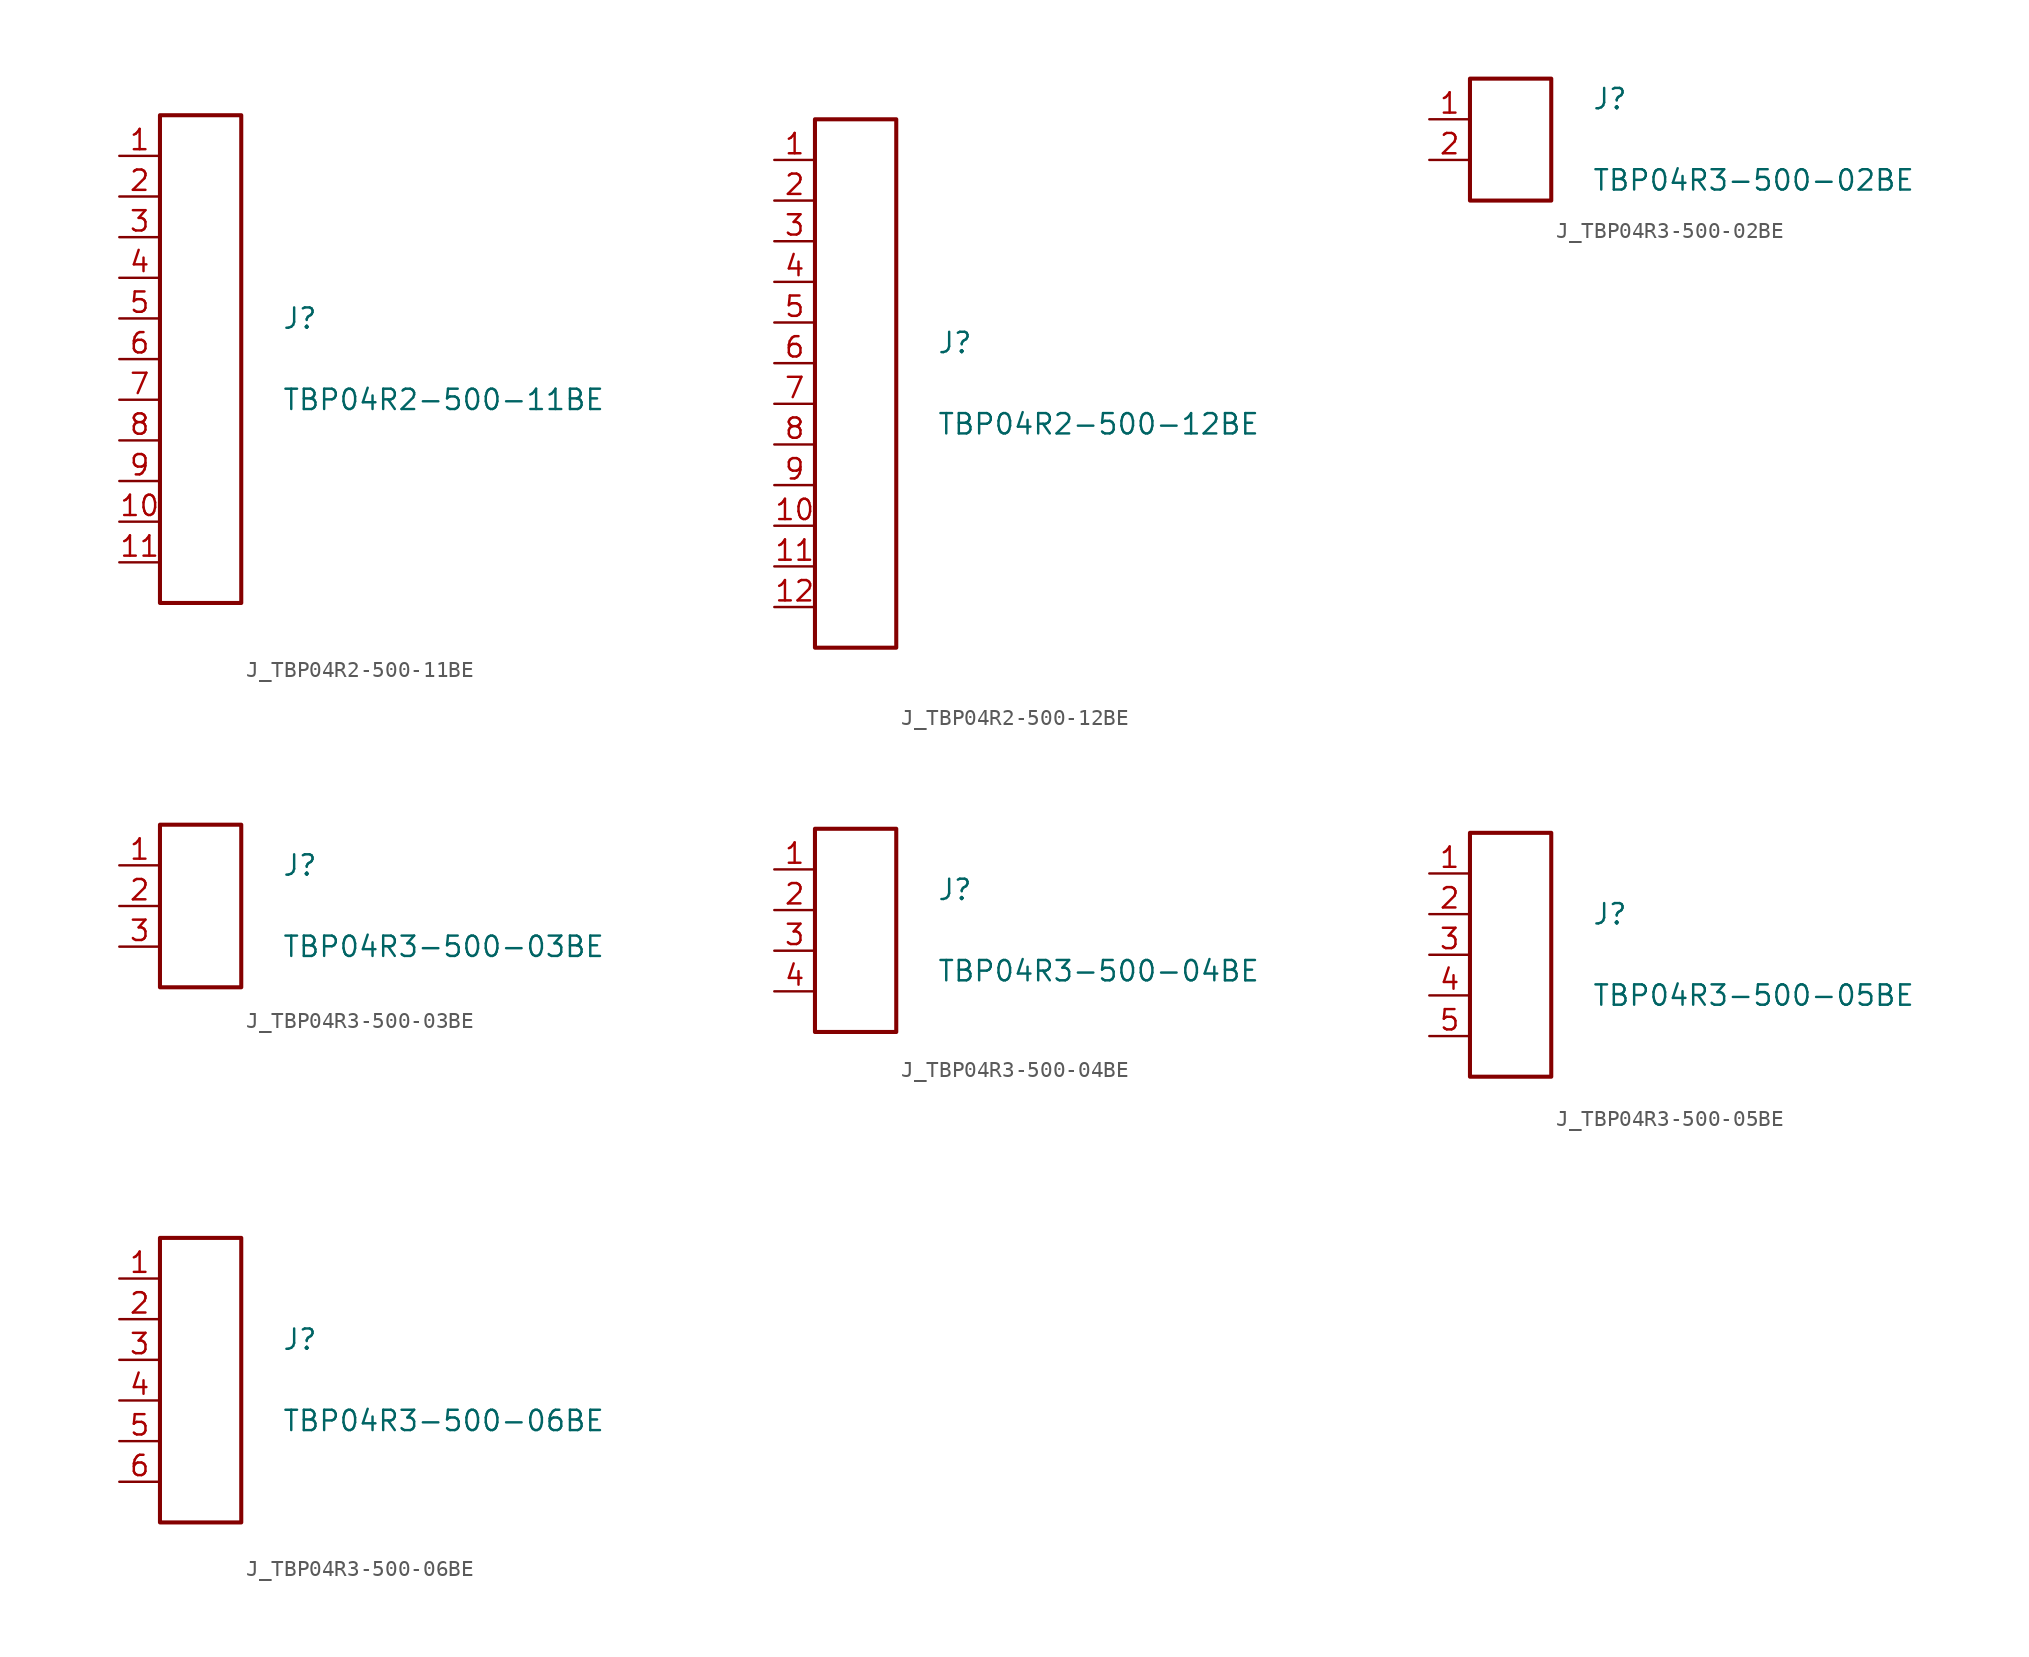
<source format=kicad_sym>
(kicad_symbol_lib
  (version 20231120)
  (generator kicad_symbol_editor)
  (generator_version 8.0)
  (symbol "J_TBP04R2-500-11BE"
    (pin_names
      (offset 0.254))
    (property "Reference" "J"
      (at 5.08 2.54 0)
      (effects (font (size 1.27 1.27)) (justify left)))
    (property "Value" "TBP04R2-500-11BE"
      (at 5.08 -2.54 0)
      (effects (font (size 1.27 1.27)) (justify left)))
    (symbol "J_TBP04R2-500-11BE_0_0"
      (pin unspecified line (at -5.08 12.7 0) (length 2.54) (name "" (effects (font (size 1.27 1.27)))) (number "1" (effects (font (size 1.27 1.27)))))
      (pin unspecified line (at -5.08 10.16 0) (length 2.54) (name "" (effects (font (size 1.27 1.27)))) (number "2" (effects (font (size 1.27 1.27)))))
      (pin unspecified line (at -5.08 7.62 0) (length 2.54) (name "" (effects (font (size 1.27 1.27)))) (number "3" (effects (font (size 1.27 1.27)))))
      (pin unspecified line (at -5.08 5.08 0) (length 2.54) (name "" (effects (font (size 1.27 1.27)))) (number "4" (effects (font (size 1.27 1.27)))))
      (pin unspecified line (at -5.08 2.54 0) (length 2.54) (name "" (effects (font (size 1.27 1.27)))) (number "5" (effects (font (size 1.27 1.27)))))
      (pin unspecified line (at -5.08 0.0 0) (length 2.54) (name "" (effects (font (size 1.27 1.27)))) (number "6" (effects (font (size 1.27 1.27)))))
      (pin unspecified line (at -5.08 -2.54 0) (length 2.54) (name "" (effects (font (size 1.27 1.27)))) (number "7" (effects (font (size 1.27 1.27)))))
      (pin unspecified line (at -5.08 -5.08 0) (length 2.54) (name "" (effects (font (size 1.27 1.27)))) (number "8" (effects (font (size 1.27 1.27)))))
      (pin unspecified line (at -5.08 -7.62 0) (length 2.54) (name "" (effects (font (size 1.27 1.27)))) (number "9" (effects (font (size 1.27 1.27)))))
      (pin unspecified line (at -5.08 -10.16 0) (length 2.54) (name "" (effects (font (size 1.27 1.27)))) (number "10" (effects (font (size 1.27 1.27)))))
      (pin unspecified line (at -5.08 -12.7 0) (length 2.54) (name "" (effects (font (size 1.27 1.27)))) (number "11" (effects (font (size 1.27 1.27))))))
    (symbol "J_TBP04R2-500-11BE_1_0"
      (rectangle (start -2.54 15.24) (end 2.54 -15.24) (stroke (width 0.254) (type solid)) (fill (type none)))))
  (symbol "J_TBP04R2-500-12BE"
    (pin_names
      (offset 0.254))
    (property "Reference" "J"
      (at 5.08 2.54 0)
      (effects (font (size 1.27 1.27)) (justify left)))
    (property "Value" "TBP04R2-500-12BE"
      (at 5.08 -2.54 0)
      (effects (font (size 1.27 1.27)) (justify left)))
    (symbol "J_TBP04R2-500-12BE_0_0"
      (pin unspecified line (at -5.08 13.97 0) (length 2.54) (name "" (effects (font (size 1.27 1.27)))) (number "1" (effects (font (size 1.27 1.27)))))
      (pin unspecified line (at -5.08 11.43 0) (length 2.54) (name "" (effects (font (size 1.27 1.27)))) (number "2" (effects (font (size 1.27 1.27)))))
      (pin unspecified line (at -5.08 8.89 0) (length 2.54) (name "" (effects (font (size 1.27 1.27)))) (number "3" (effects (font (size 1.27 1.27)))))
      (pin unspecified line (at -5.08 6.35 0) (length 2.54) (name "" (effects (font (size 1.27 1.27)))) (number "4" (effects (font (size 1.27 1.27)))))
      (pin unspecified line (at -5.08 3.81 0) (length 2.54) (name "" (effects (font (size 1.27 1.27)))) (number "5" (effects (font (size 1.27 1.27)))))
      (pin unspecified line (at -5.08 1.27 0) (length 2.54) (name "" (effects (font (size 1.27 1.27)))) (number "6" (effects (font (size 1.27 1.27)))))
      (pin unspecified line (at -5.08 -1.27 0) (length 2.54) (name "" (effects (font (size 1.27 1.27)))) (number "7" (effects (font (size 1.27 1.27)))))
      (pin unspecified line (at -5.08 -3.81 0) (length 2.54) (name "" (effects (font (size 1.27 1.27)))) (number "8" (effects (font (size 1.27 1.27)))))
      (pin unspecified line (at -5.08 -6.35 0) (length 2.54) (name "" (effects (font (size 1.27 1.27)))) (number "9" (effects (font (size 1.27 1.27)))))
      (pin unspecified line (at -5.08 -8.89 0) (length 2.54) (name "" (effects (font (size 1.27 1.27)))) (number "10" (effects (font (size 1.27 1.27)))))
      (pin unspecified line (at -5.08 -11.43 0) (length 2.54) (name "" (effects (font (size 1.27 1.27)))) (number "11" (effects (font (size 1.27 1.27)))))
      (pin unspecified line (at -5.08 -13.97 0) (length 2.54) (name "" (effects (font (size 1.27 1.27)))) (number "12" (effects (font (size 1.27 1.27))))))
    (symbol "J_TBP04R2-500-12BE_1_0"
      (rectangle (start -2.54 16.51) (end 2.54 -16.51) (stroke (width 0.254) (type solid)) (fill (type none)))))
  (symbol "J_TBP04R3-500-02BE"
    (pin_names
      (offset 0.254))
    (property "Reference" "J"
      (at 5.08 2.54 0)
      (effects (font (size 1.27 1.27)) (justify left)))
    (property "Value" "TBP04R3-500-02BE"
      (at 5.08 -2.54 0)
      (effects (font (size 1.27 1.27)) (justify left)))
    (symbol "J_TBP04R3-500-02BE_0_0"
      (pin unspecified line (at -5.08 1.27 0) (length 2.54) (name "" (effects (font (size 1.27 1.27)))) (number "1" (effects (font (size 1.27 1.27)))))
      (pin unspecified line (at -5.08 -1.27 0) (length 2.54) (name "" (effects (font (size 1.27 1.27)))) (number "2" (effects (font (size 1.27 1.27))))))
    (symbol "J_TBP04R3-500-02BE_1_0"
      (rectangle (start -2.54 3.81) (end 2.54 -3.81) (stroke (width 0.254) (type solid)) (fill (type none)))))
  (symbol "J_TBP04R3-500-03BE"
    (pin_names
      (offset 0.254))
    (property "Reference" "J"
      (at 5.08 2.54 0)
      (effects (font (size 1.27 1.27)) (justify left)))
    (property "Value" "TBP04R3-500-03BE"
      (at 5.08 -2.54 0)
      (effects (font (size 1.27 1.27)) (justify left)))
    (symbol "J_TBP04R3-500-03BE_0_0"
      (pin unspecified line (at -5.08 2.54 0) (length 2.54) (name "" (effects (font (size 1.27 1.27)))) (number "1" (effects (font (size 1.27 1.27)))))
      (pin unspecified line (at -5.08 0.0 0) (length 2.54) (name "" (effects (font (size 1.27 1.27)))) (number "2" (effects (font (size 1.27 1.27)))))
      (pin unspecified line (at -5.08 -2.54 0) (length 2.54) (name "" (effects (font (size 1.27 1.27)))) (number "3" (effects (font (size 1.27 1.27))))))
    (symbol "J_TBP04R3-500-03BE_1_0"
      (rectangle (start -2.54 5.08) (end 2.54 -5.08) (stroke (width 0.254) (type solid)) (fill (type none)))))
  (symbol "J_TBP04R3-500-04BE"
    (pin_names
      (offset 0.254))
    (property "Reference" "J"
      (at 5.08 2.54 0)
      (effects (font (size 1.27 1.27)) (justify left)))
    (property "Value" "TBP04R3-500-04BE"
      (at 5.08 -2.54 0)
      (effects (font (size 1.27 1.27)) (justify left)))
    (symbol "J_TBP04R3-500-04BE_0_0"
      (pin unspecified line (at -5.08 3.81 0) (length 2.54) (name "" (effects (font (size 1.27 1.27)))) (number "1" (effects (font (size 1.27 1.27)))))
      (pin unspecified line (at -5.08 1.27 0) (length 2.54) (name "" (effects (font (size 1.27 1.27)))) (number "2" (effects (font (size 1.27 1.27)))))
      (pin unspecified line (at -5.08 -1.27 0) (length 2.54) (name "" (effects (font (size 1.27 1.27)))) (number "3" (effects (font (size 1.27 1.27)))))
      (pin unspecified line (at -5.08 -3.81 0) (length 2.54) (name "" (effects (font (size 1.27 1.27)))) (number "4" (effects (font (size 1.27 1.27))))))
    (symbol "J_TBP04R3-500-04BE_1_0"
      (rectangle (start -2.54 6.35) (end 2.54 -6.35) (stroke (width 0.254) (type solid)) (fill (type none)))))
  (symbol "J_TBP04R3-500-05BE"
    (pin_names
      (offset 0.254))
    (property "Reference" "J"
      (at 5.08 2.54 0)
      (effects (font (size 1.27 1.27)) (justify left)))
    (property "Value" "TBP04R3-500-05BE"
      (at 5.08 -2.54 0)
      (effects (font (size 1.27 1.27)) (justify left)))
    (symbol "J_TBP04R3-500-05BE_0_0"
      (pin unspecified line (at -5.08 5.08 0) (length 2.54) (name "" (effects (font (size 1.27 1.27)))) (number "1" (effects (font (size 1.27 1.27)))))
      (pin unspecified line (at -5.08 2.54 0) (length 2.54) (name "" (effects (font (size 1.27 1.27)))) (number "2" (effects (font (size 1.27 1.27)))))
      (pin unspecified line (at -5.08 0.0 0) (length 2.54) (name "" (effects (font (size 1.27 1.27)))) (number "3" (effects (font (size 1.27 1.27)))))
      (pin unspecified line (at -5.08 -2.54 0) (length 2.54) (name "" (effects (font (size 1.27 1.27)))) (number "4" (effects (font (size 1.27 1.27)))))
      (pin unspecified line (at -5.08 -5.08 0) (length 2.54) (name "" (effects (font (size 1.27 1.27)))) (number "5" (effects (font (size 1.27 1.27))))))
    (symbol "J_TBP04R3-500-05BE_1_0"
      (rectangle (start -2.54 7.62) (end 2.54 -7.62) (stroke (width 0.254) (type solid)) (fill (type none)))))
  (symbol "J_TBP04R3-500-06BE"
    (pin_names
      (offset 0.254))
    (property "Reference" "J"
      (at 5.08 2.54 0)
      (effects (font (size 1.27 1.27)) (justify left)))
    (property "Value" "TBP04R3-500-06BE"
      (at 5.08 -2.54 0)
      (effects (font (size 1.27 1.27)) (justify left)))
    (symbol "J_TBP04R3-500-06BE_0_0"
      (pin unspecified line (at -5.08 6.35 0) (length 2.54) (name "" (effects (font (size 1.27 1.27)))) (number "1" (effects (font (size 1.27 1.27)))))
      (pin unspecified line (at -5.08 3.81 0) (length 2.54) (name "" (effects (font (size 1.27 1.27)))) (number "2" (effects (font (size 1.27 1.27)))))
      (pin unspecified line (at -5.08 1.27 0) (length 2.54) (name "" (effects (font (size 1.27 1.27)))) (number "3" (effects (font (size 1.27 1.27)))))
      (pin unspecified line (at -5.08 -1.27 0) (length 2.54) (name "" (effects (font (size 1.27 1.27)))) (number "4" (effects (font (size 1.27 1.27)))))
      (pin unspecified line (at -5.08 -3.81 0) (length 2.54) (name "" (effects (font (size 1.27 1.27)))) (number "5" (effects (font (size 1.27 1.27)))))
      (pin unspecified line (at -5.08 -6.35 0) (length 2.54) (name "" (effects (font (size 1.27 1.27)))) (number "6" (effects (font (size 1.27 1.27))))))
    (symbol "J_TBP04R3-500-06BE_1_0"
      (rectangle (start -2.54 8.89) (end 2.54 -8.89) (stroke (width 0.254) (type solid)) (fill (type none))))))
</source>
